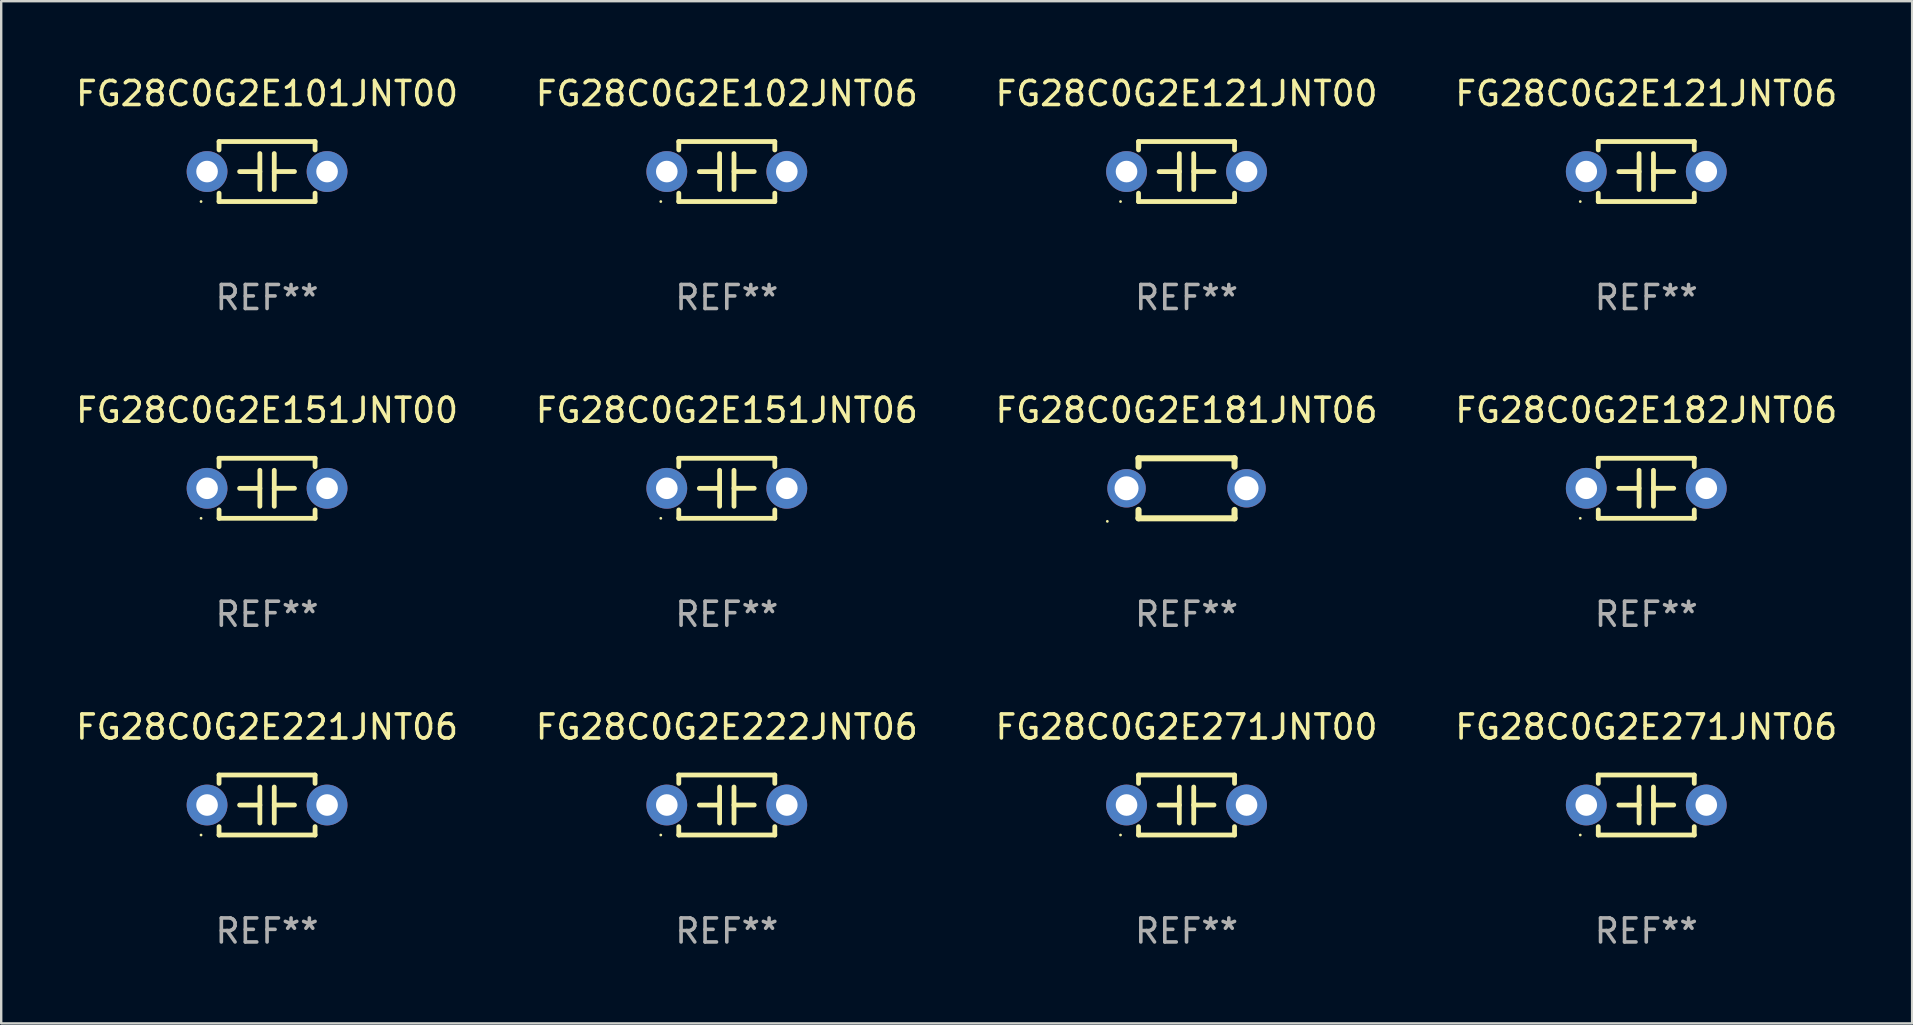
<source format=kicad_pcb>
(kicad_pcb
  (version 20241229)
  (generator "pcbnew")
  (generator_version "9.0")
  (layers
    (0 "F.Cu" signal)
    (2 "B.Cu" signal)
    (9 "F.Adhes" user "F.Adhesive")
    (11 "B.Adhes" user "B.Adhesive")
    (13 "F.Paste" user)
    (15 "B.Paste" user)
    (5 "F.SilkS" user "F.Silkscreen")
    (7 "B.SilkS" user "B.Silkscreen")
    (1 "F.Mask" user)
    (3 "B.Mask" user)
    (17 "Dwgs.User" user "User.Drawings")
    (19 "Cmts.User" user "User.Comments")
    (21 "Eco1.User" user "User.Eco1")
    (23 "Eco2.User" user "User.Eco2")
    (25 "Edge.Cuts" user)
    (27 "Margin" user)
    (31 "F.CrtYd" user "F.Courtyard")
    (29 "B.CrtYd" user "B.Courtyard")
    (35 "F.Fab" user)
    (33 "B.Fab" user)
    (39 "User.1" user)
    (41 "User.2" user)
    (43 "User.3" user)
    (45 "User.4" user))
  (footprint "FG28C0G2E182JNT06"
    (layer "F.Cu")
    (at 65.542 17.295)
    (property "Reference" "FG28C0G2E182JNT06" (at 0 -3.25 0) (layer "F.SilkS") (effects (font (size 1 1) (thickness 0.15))))
    (attr through_hole)
    (fp_line (start -2 -1.25) (end -2 -0.901) (stroke (width 0.2) (type solid)) (layer "F.SilkS"))
    (fp_line (start -2 -1.25) (end 2 -1.25) (stroke (width 0.2) (type solid)) (layer "F.SilkS"))
    (fp_line (start -2 0.901) (end -2 1.25) (stroke (width 0.2) (type solid)) (layer "F.SilkS"))
    (fp_line (start -0.3 -0.75) (end -0.3 0.75) (stroke (width 0.2) (type solid)) (layer "F.SilkS"))
    (fp_line (start -0.3 0.001) (end -1.143 0.001) (stroke (width 0.2) (type solid)) (layer "F.SilkS"))
    (fp_line (start 0.3 -0.001) (end 1.143 -0.001) (stroke (width 0.2) (type solid)) (layer "F.SilkS"))
    (fp_line (start 0.3 0.75) (end 0.3 -0.75) (stroke (width 0.2) (type solid)) (layer "F.SilkS"))
    (fp_line (start 2 -1.25) (end 2 -0.901) (stroke (width 0.2) (type solid)) (layer "F.SilkS"))
    (fp_line (start 2 0.901) (end 2 1.25) (stroke (width 0.2) (type solid)) (layer "F.SilkS"))
    (fp_line (start 2 1.25) (end -2 1.25) (stroke (width 0.2) (type solid)) (layer "F.SilkS"))
    (fp_circle (center -2.75 1.25) (end -2.72 1.25) (stroke (width 0.06) (type solid)) (fill no) (layer "F.SilkS"))
    (fp_text user "REF**" (at 0 5.25 0) (layer "F.Fab") (effects (font (size 1 1) (thickness 0.15))))
    (pad "1" thru_hole circle (at -2.5 0) (size 1.7 1.7) (drill 0.9) (layers "*.Cu" "*.Mask"))
    (pad "2" thru_hole circle (at 2.5 0) (size 1.7 1.7) (drill 0.9) (layers "*.Cu" "*.Mask")))
  (footprint "FG28C0G2E151JNT06"
    (layer "F.Cu")
    (at 27.232 17.295)
    (property "Reference" "FG28C0G2E151JNT06" (at 0 -3.25 0) (layer "F.SilkS") (effects (font (size 1 1) (thickness 0.15))))
    (attr through_hole)
    (fp_line (start -2 -1.25) (end -2 -0.901) (stroke (width 0.2) (type solid)) (layer "F.SilkS"))
    (fp_line (start -2 -1.25) (end 2 -1.25) (stroke (width 0.2) (type solid)) (layer "F.SilkS"))
    (fp_line (start -2 0.901) (end -2 1.25) (stroke (width 0.2) (type solid)) (layer "F.SilkS"))
    (fp_line (start -0.3 -0.75) (end -0.3 0.75) (stroke (width 0.2) (type solid)) (layer "F.SilkS"))
    (fp_line (start -0.3 0.001) (end -1.143 0.001) (stroke (width 0.2) (type solid)) (layer "F.SilkS"))
    (fp_line (start 0.3 -0.001) (end 1.143 -0.001) (stroke (width 0.2) (type solid)) (layer "F.SilkS"))
    (fp_line (start 0.3 0.75) (end 0.3 -0.75) (stroke (width 0.2) (type solid)) (layer "F.SilkS"))
    (fp_line (start 2 -1.25) (end 2 -0.901) (stroke (width 0.2) (type solid)) (layer "F.SilkS"))
    (fp_line (start 2 0.901) (end 2 1.25) (stroke (width 0.2) (type solid)) (layer "F.SilkS"))
    (fp_line (start 2 1.25) (end -2 1.25) (stroke (width 0.2) (type solid)) (layer "F.SilkS"))
    (fp_circle (center -2.75 1.25) (end -2.72 1.25) (stroke (width 0.06) (type solid)) (fill no) (layer "F.SilkS"))
    (fp_text user "REF**" (at 0 5.25 0) (layer "F.Fab") (effects (font (size 1 1) (thickness 0.15))))
    (pad "1" thru_hole circle (at -2.5 0) (size 1.7 1.7) (drill 0.9) (layers "*.Cu" "*.Mask"))
    (pad "2" thru_hole circle (at 2.5 0) (size 1.7 1.7) (drill 0.9) (layers "*.Cu" "*.Mask")))
  (footprint "FG28C0G2E121JNT06"
    (layer "F.Cu")
    (at 65.542 4.098)
    (property "Reference" "FG28C0G2E121JNT06" (at 0 -3.25 0) (layer "F.SilkS") (effects (font (size 1 1) (thickness 0.15))))
    (attr through_hole)
    (fp_line (start -2 -1.25) (end -2 -0.901) (stroke (width 0.2) (type solid)) (layer "F.SilkS"))
    (fp_line (start -2 -1.25) (end 2 -1.25) (stroke (width 0.2) (type solid)) (layer "F.SilkS"))
    (fp_line (start -2 0.901) (end -2 1.25) (stroke (width 0.2) (type solid)) (layer "F.SilkS"))
    (fp_line (start -0.3 -0.75) (end -0.3 0.75) (stroke (width 0.2) (type solid)) (layer "F.SilkS"))
    (fp_line (start -0.3 0.001) (end -1.143 0.001) (stroke (width 0.2) (type solid)) (layer "F.SilkS"))
    (fp_line (start 0.3 -0.001) (end 1.143 -0.001) (stroke (width 0.2) (type solid)) (layer "F.SilkS"))
    (fp_line (start 0.3 0.75) (end 0.3 -0.75) (stroke (width 0.2) (type solid)) (layer "F.SilkS"))
    (fp_line (start 2 -1.25) (end 2 -0.901) (stroke (width 0.2) (type solid)) (layer "F.SilkS"))
    (fp_line (start 2 0.901) (end 2 1.25) (stroke (width 0.2) (type solid)) (layer "F.SilkS"))
    (fp_line (start 2 1.25) (end -2 1.25) (stroke (width 0.2) (type solid)) (layer "F.SilkS"))
    (fp_circle (center -2.75 1.25) (end -2.72 1.25) (stroke (width 0.06) (type solid)) (fill no) (layer "F.SilkS"))
    (fp_text user "REF**" (at 0 5.25 0) (layer "F.Fab") (effects (font (size 1 1) (thickness 0.15))))
    (pad "1" thru_hole circle (at -2.5 0) (size 1.7 1.7) (drill 0.9) (layers "*.Cu" "*.Mask"))
    (pad "2" thru_hole circle (at 2.5 0) (size 1.7 1.7) (drill 0.9) (layers "*.Cu" "*.Mask")))
  (footprint "FG28C0G2E222JNT06"
    (layer "F.Cu")
    (at 27.232 30.491)
    (property "Reference" "FG28C0G2E222JNT06" (at 0 -3.25 0) (layer "F.SilkS") (effects (font (size 1 1) (thickness 0.15))))
    (attr through_hole)
    (fp_line (start -2 -1.25) (end -2 -0.901) (stroke (width 0.2) (type solid)) (layer "F.SilkS"))
    (fp_line (start -2 -1.25) (end 2 -1.25) (stroke (width 0.2) (type solid)) (layer "F.SilkS"))
    (fp_line (start -2 0.901) (end -2 1.25) (stroke (width 0.2) (type solid)) (layer "F.SilkS"))
    (fp_line (start -0.3 -0.75) (end -0.3 0.75) (stroke (width 0.2) (type solid)) (layer "F.SilkS"))
    (fp_line (start -0.3 0.001) (end -1.143 0.001) (stroke (width 0.2) (type solid)) (layer "F.SilkS"))
    (fp_line (start 0.3 -0.001) (end 1.143 -0.001) (stroke (width 0.2) (type solid)) (layer "F.SilkS"))
    (fp_line (start 0.3 0.75) (end 0.3 -0.75) (stroke (width 0.2) (type solid)) (layer "F.SilkS"))
    (fp_line (start 2 -1.25) (end 2 -0.901) (stroke (width 0.2) (type solid)) (layer "F.SilkS"))
    (fp_line (start 2 0.901) (end 2 1.25) (stroke (width 0.2) (type solid)) (layer "F.SilkS"))
    (fp_line (start 2 1.25) (end -2 1.25) (stroke (width 0.2) (type solid)) (layer "F.SilkS"))
    (fp_circle (center -2.75 1.25) (end -2.72 1.25) (stroke (width 0.06) (type solid)) (fill no) (layer "F.SilkS"))
    (fp_text user "REF**" (at 0 5.25 0) (layer "F.Fab") (effects (font (size 1 1) (thickness 0.15))))
    (pad "1" thru_hole circle (at -2.5 0) (size 1.7 1.7) (drill 0.9) (layers "*.Cu" "*.Mask"))
    (pad "2" thru_hole circle (at 2.5 0) (size 1.7 1.7) (drill 0.9) (layers "*.Cu" "*.Mask")))
  (footprint "FG28C0G2E271JNT06"
    (layer "F.Cu")
    (at 65.542 30.491)
    (property "Reference" "FG28C0G2E271JNT06" (at 0 -3.25 0) (layer "F.SilkS") (effects (font (size 1 1) (thickness 0.15))))
    (attr through_hole)
    (fp_line (start -2 -1.25) (end -2 -0.901) (stroke (width 0.2) (type solid)) (layer "F.SilkS"))
    (fp_line (start -2 -1.25) (end 2 -1.25) (stroke (width 0.2) (type solid)) (layer "F.SilkS"))
    (fp_line (start -2 0.901) (end -2 1.25) (stroke (width 0.2) (type solid)) (layer "F.SilkS"))
    (fp_line (start -0.3 -0.75) (end -0.3 0.75) (stroke (width 0.2) (type solid)) (layer "F.SilkS"))
    (fp_line (start -0.3 0.001) (end -1.143 0.001) (stroke (width 0.2) (type solid)) (layer "F.SilkS"))
    (fp_line (start 0.3 -0.001) (end 1.143 -0.001) (stroke (width 0.2) (type solid)) (layer "F.SilkS"))
    (fp_line (start 0.3 0.75) (end 0.3 -0.75) (stroke (width 0.2) (type solid)) (layer "F.SilkS"))
    (fp_line (start 2 -1.25) (end 2 -0.901) (stroke (width 0.2) (type solid)) (layer "F.SilkS"))
    (fp_line (start 2 0.901) (end 2 1.25) (stroke (width 0.2) (type solid)) (layer "F.SilkS"))
    (fp_line (start 2 1.25) (end -2 1.25) (stroke (width 0.2) (type solid)) (layer "F.SilkS"))
    (fp_circle (center -2.75 1.25) (end -2.72 1.25) (stroke (width 0.06) (type solid)) (fill no) (layer "F.SilkS"))
    (fp_text user "REF**" (at 0 5.25 0) (layer "F.Fab") (effects (font (size 1 1) (thickness 0.15))))
    (pad "1" thru_hole circle (at -2.5 0) (size 1.7 1.7) (drill 0.9) (layers "*.Cu" "*.Mask"))
    (pad "2" thru_hole circle (at 2.5 0) (size 1.7 1.7) (drill 0.9) (layers "*.Cu" "*.Mask")))
  (footprint "FG28C0G2E151JNT00"
    (layer "F.Cu")
    (at 8.077 17.295)
    (property "Reference" "FG28C0G2E151JNT00" (at 0 -3.25 0) (layer "F.SilkS") (effects (font (size 1 1) (thickness 0.15))))
    (attr through_hole)
    (fp_line (start -2 -1.25) (end -2 -0.901) (stroke (width 0.2) (type solid)) (layer "F.SilkS"))
    (fp_line (start -2 -1.25) (end 2 -1.25) (stroke (width 0.2) (type solid)) (layer "F.SilkS"))
    (fp_line (start -2 0.901) (end -2 1.25) (stroke (width 0.2) (type solid)) (layer "F.SilkS"))
    (fp_line (start -0.3 -0.75) (end -0.3 0.75) (stroke (width 0.2) (type solid)) (layer "F.SilkS"))
    (fp_line (start -0.3 0.001) (end -1.143 0.001) (stroke (width 0.2) (type solid)) (layer "F.SilkS"))
    (fp_line (start 0.3 -0.001) (end 1.143 -0.001) (stroke (width 0.2) (type solid)) (layer "F.SilkS"))
    (fp_line (start 0.3 0.75) (end 0.3 -0.75) (stroke (width 0.2) (type solid)) (layer "F.SilkS"))
    (fp_line (start 2 -1.25) (end 2 -0.901) (stroke (width 0.2) (type solid)) (layer "F.SilkS"))
    (fp_line (start 2 0.901) (end 2 1.25) (stroke (width 0.2) (type solid)) (layer "F.SilkS"))
    (fp_line (start 2 1.25) (end -2 1.25) (stroke (width 0.2) (type solid)) (layer "F.SilkS"))
    (fp_circle (center -2.75 1.25) (end -2.72 1.25) (stroke (width 0.06) (type solid)) (fill no) (layer "F.SilkS"))
    (fp_text user "REF**" (at 0 5.25 0) (layer "F.Fab") (effects (font (size 1 1) (thickness 0.15))))
    (pad "1" thru_hole circle (at -2.5 0) (size 1.7 1.7) (drill 0.9) (layers "*.Cu" "*.Mask"))
    (pad "2" thru_hole circle (at 2.5 0) (size 1.7 1.7) (drill 0.9) (layers "*.Cu" "*.Mask")))
  (footprint "FG28C0G2E181JNT06"
    (layer "F.Cu")
    (at 46.387 17.295)
    (property "Reference" "FG28C0G2E181JNT06" (at 0 -3.25 0) (layer "F.SilkS") (effects (font (size 1 1) (thickness 0.15))))
    (attr through_hole)
    (fp_line (start -2 -1.25) (end -2 -0.901) (stroke (width 0.254) (type solid)) (layer "F.SilkS"))
    (fp_line (start -2 -1.25) (end 2 -1.25) (stroke (width 0.254) (type solid)) (layer "F.SilkS"))
    (fp_line (start -2 0.901) (end -2 1.25) (stroke (width 0.254) (type solid)) (layer "F.SilkS"))
    (fp_line (start 2 -1.25) (end 2 -0.901) (stroke (width 0.254) (type solid)) (layer "F.SilkS"))
    (fp_line (start 2 0.901) (end 2 1.25) (stroke (width 0.254) (type solid)) (layer "F.SilkS"))
    (fp_line (start 2 1.25) (end -2 1.25) (stroke (width 0.254) (type solid)) (layer "F.SilkS"))
    (fp_circle (center -3.3 1.377) (end -3.27 1.377) (stroke (width 0.06) (type solid)) (fill no) (layer "F.SilkS"))
    (fp_text user "REF**" (at 0 5.25 0) (layer "F.Fab") (effects (font (size 1 1) (thickness 0.15))))
    (pad "1" thru_hole circle (at -2.5 0) (size 1.6 1.6) (drill 1) (layers "*.Cu" "*.Mask"))
    (pad "2" thru_hole circle (at 2.5 0) (size 1.6 1.6) (drill 1) (layers "*.Cu" "*.Mask")))
  (footprint "FG28C0G2E221JNT06"
    (layer "F.Cu")
    (at 8.077 30.491)
    (property "Reference" "FG28C0G2E221JNT06" (at 0 -3.25 0) (layer "F.SilkS") (effects (font (size 1 1) (thickness 0.15))))
    (attr through_hole)
    (fp_line (start -2 -1.25) (end -2 -0.901) (stroke (width 0.2) (type solid)) (layer "F.SilkS"))
    (fp_line (start -2 -1.25) (end 2 -1.25) (stroke (width 0.2) (type solid)) (layer "F.SilkS"))
    (fp_line (start -2 0.901) (end -2 1.25) (stroke (width 0.2) (type solid)) (layer "F.SilkS"))
    (fp_line (start -0.3 -0.75) (end -0.3 0.75) (stroke (width 0.2) (type solid)) (layer "F.SilkS"))
    (fp_line (start -0.3 0.001) (end -1.143 0.001) (stroke (width 0.2) (type solid)) (layer "F.SilkS"))
    (fp_line (start 0.3 -0.001) (end 1.143 -0.001) (stroke (width 0.2) (type solid)) (layer "F.SilkS"))
    (fp_line (start 0.3 0.75) (end 0.3 -0.75) (stroke (width 0.2) (type solid)) (layer "F.SilkS"))
    (fp_line (start 2 -1.25) (end 2 -0.901) (stroke (width 0.2) (type solid)) (layer "F.SilkS"))
    (fp_line (start 2 0.901) (end 2 1.25) (stroke (width 0.2) (type solid)) (layer "F.SilkS"))
    (fp_line (start 2 1.25) (end -2 1.25) (stroke (width 0.2) (type solid)) (layer "F.SilkS"))
    (fp_circle (center -2.75 1.25) (end -2.72 1.25) (stroke (width 0.06) (type solid)) (fill no) (layer "F.SilkS"))
    (fp_text user "REF**" (at 0 5.25 0) (layer "F.Fab") (effects (font (size 1 1) (thickness 0.15))))
    (pad "1" thru_hole circle (at -2.5 0) (size 1.7 1.7) (drill 0.9) (layers "*.Cu" "*.Mask"))
    (pad "2" thru_hole circle (at 2.5 0) (size 1.7 1.7) (drill 0.9) (layers "*.Cu" "*.Mask")))
  (footprint "FG28C0G2E121JNT00"
    (layer "F.Cu")
    (at 46.387 4.098)
    (property "Reference" "FG28C0G2E121JNT00" (at 0 -3.25 0) (layer "F.SilkS") (effects (font (size 1 1) (thickness 0.15))))
    (attr through_hole)
    (fp_line (start -2 -1.25) (end -2 -0.901) (stroke (width 0.2) (type solid)) (layer "F.SilkS"))
    (fp_line (start -2 -1.25) (end 2 -1.25) (stroke (width 0.2) (type solid)) (layer "F.SilkS"))
    (fp_line (start -2 0.901) (end -2 1.25) (stroke (width 0.2) (type solid)) (layer "F.SilkS"))
    (fp_line (start -0.3 -0.75) (end -0.3 0.75) (stroke (width 0.2) (type solid)) (layer "F.SilkS"))
    (fp_line (start -0.3 0.001) (end -1.143 0.001) (stroke (width 0.2) (type solid)) (layer "F.SilkS"))
    (fp_line (start 0.3 -0.001) (end 1.143 -0.001) (stroke (width 0.2) (type solid)) (layer "F.SilkS"))
    (fp_line (start 0.3 0.75) (end 0.3 -0.75) (stroke (width 0.2) (type solid)) (layer "F.SilkS"))
    (fp_line (start 2 -1.25) (end 2 -0.901) (stroke (width 0.2) (type solid)) (layer "F.SilkS"))
    (fp_line (start 2 0.901) (end 2 1.25) (stroke (width 0.2) (type solid)) (layer "F.SilkS"))
    (fp_line (start 2 1.25) (end -2 1.25) (stroke (width 0.2) (type solid)) (layer "F.SilkS"))
    (fp_circle (center -2.75 1.25) (end -2.72 1.25) (stroke (width 0.06) (type solid)) (fill no) (layer "F.SilkS"))
    (fp_text user "REF**" (at 0 5.25 0) (layer "F.Fab") (effects (font (size 1 1) (thickness 0.15))))
    (pad "1" thru_hole circle (at -2.5 0) (size 1.7 1.7) (drill 0.9) (layers "*.Cu" "*.Mask"))
    (pad "2" thru_hole circle (at 2.5 0) (size 1.7 1.7) (drill 0.9) (layers "*.Cu" "*.Mask")))
  (footprint "FG28C0G2E102JNT06"
    (layer "F.Cu")
    (at 27.232 4.098)
    (property "Reference" "FG28C0G2E102JNT06" (at 0 -3.25 0) (layer "F.SilkS") (effects (font (size 1 1) (thickness 0.15))))
    (attr through_hole)
    (fp_line (start -2 -1.25) (end -2 -0.901) (stroke (width 0.2) (type solid)) (layer "F.SilkS"))
    (fp_line (start -2 -1.25) (end 2 -1.25) (stroke (width 0.2) (type solid)) (layer "F.SilkS"))
    (fp_line (start -2 0.901) (end -2 1.25) (stroke (width 0.2) (type solid)) (layer "F.SilkS"))
    (fp_line (start -0.3 -0.75) (end -0.3 0.75) (stroke (width 0.2) (type solid)) (layer "F.SilkS"))
    (fp_line (start -0.3 0.001) (end -1.143 0.001) (stroke (width 0.2) (type solid)) (layer "F.SilkS"))
    (fp_line (start 0.3 -0.001) (end 1.143 -0.001) (stroke (width 0.2) (type solid)) (layer "F.SilkS"))
    (fp_line (start 0.3 0.75) (end 0.3 -0.75) (stroke (width 0.2) (type solid)) (layer "F.SilkS"))
    (fp_line (start 2 -1.25) (end 2 -0.901) (stroke (width 0.2) (type solid)) (layer "F.SilkS"))
    (fp_line (start 2 0.901) (end 2 1.25) (stroke (width 0.2) (type solid)) (layer "F.SilkS"))
    (fp_line (start 2 1.25) (end -2 1.25) (stroke (width 0.2) (type solid)) (layer "F.SilkS"))
    (fp_circle (center -2.75 1.25) (end -2.72 1.25) (stroke (width 0.06) (type solid)) (fill no) (layer "F.SilkS"))
    (fp_text user "REF**" (at 0 5.25 0) (layer "F.Fab") (effects (font (size 1 1) (thickness 0.15))))
    (pad "1" thru_hole circle (at -2.5 0) (size 1.7 1.7) (drill 0.9) (layers "*.Cu" "*.Mask"))
    (pad "2" thru_hole circle (at 2.5 0) (size 1.7 1.7) (drill 0.9) (layers "*.Cu" "*.Mask")))
  (footprint "FG28C0G2E101JNT00"
    (layer "F.Cu")
    (at 8.077 4.098)
    (property "Reference" "FG28C0G2E101JNT00" (at 0 -3.25 0) (layer "F.SilkS") (effects (font (size 1 1) (thickness 0.15))))
    (attr through_hole)
    (fp_line (start -2 -1.25) (end -2 -0.901) (stroke (width 0.2) (type solid)) (layer "F.SilkS"))
    (fp_line (start -2 -1.25) (end 2 -1.25) (stroke (width 0.2) (type solid)) (layer "F.SilkS"))
    (fp_line (start -2 0.901) (end -2 1.25) (stroke (width 0.2) (type solid)) (layer "F.SilkS"))
    (fp_line (start -0.3 -0.75) (end -0.3 0.75) (stroke (width 0.2) (type solid)) (layer "F.SilkS"))
    (fp_line (start -0.3 0.001) (end -1.143 0.001) (stroke (width 0.2) (type solid)) (layer "F.SilkS"))
    (fp_line (start 0.3 -0.001) (end 1.143 -0.001) (stroke (width 0.2) (type solid)) (layer "F.SilkS"))
    (fp_line (start 0.3 0.75) (end 0.3 -0.75) (stroke (width 0.2) (type solid)) (layer "F.SilkS"))
    (fp_line (start 2 -1.25) (end 2 -0.901) (stroke (width 0.2) (type solid)) (layer "F.SilkS"))
    (fp_line (start 2 0.901) (end 2 1.25) (stroke (width 0.2) (type solid)) (layer "F.SilkS"))
    (fp_line (start 2 1.25) (end -2 1.25) (stroke (width 0.2) (type solid)) (layer "F.SilkS"))
    (fp_circle (center -2.75 1.25) (end -2.72 1.25) (stroke (width 0.06) (type solid)) (fill no) (layer "F.SilkS"))
    (fp_text user "REF**" (at 0 5.25 0) (layer "F.Fab") (effects (font (size 1 1) (thickness 0.15))))
    (pad "1" thru_hole circle (at -2.5 0) (size 1.7 1.7) (drill 0.9) (layers "*.Cu" "*.Mask"))
    (pad "2" thru_hole circle (at 2.5 0) (size 1.7 1.7) (drill 0.9) (layers "*.Cu" "*.Mask")))
  (footprint "FG28C0G2E271JNT00"
    (layer "F.Cu")
    (at 46.387 30.491)
    (property "Reference" "FG28C0G2E271JNT00" (at 0 -3.25 0) (layer "F.SilkS") (effects (font (size 1 1) (thickness 0.15))))
    (attr through_hole)
    (fp_line (start -2 -1.25) (end -2 -0.901) (stroke (width 0.2) (type solid)) (layer "F.SilkS"))
    (fp_line (start -2 -1.25) (end 2 -1.25) (stroke (width 0.2) (type solid)) (layer "F.SilkS"))
    (fp_line (start -2 0.901) (end -2 1.25) (stroke (width 0.2) (type solid)) (layer "F.SilkS"))
    (fp_line (start -0.3 -0.75) (end -0.3 0.75) (stroke (width 0.2) (type solid)) (layer "F.SilkS"))
    (fp_line (start -0.3 0.001) (end -1.143 0.001) (stroke (width 0.2) (type solid)) (layer "F.SilkS"))
    (fp_line (start 0.3 -0.001) (end 1.143 -0.001) (stroke (width 0.2) (type solid)) (layer "F.SilkS"))
    (fp_line (start 0.3 0.75) (end 0.3 -0.75) (stroke (width 0.2) (type solid)) (layer "F.SilkS"))
    (fp_line (start 2 -1.25) (end 2 -0.901) (stroke (width 0.2) (type solid)) (layer "F.SilkS"))
    (fp_line (start 2 0.901) (end 2 1.25) (stroke (width 0.2) (type solid)) (layer "F.SilkS"))
    (fp_line (start 2 1.25) (end -2 1.25) (stroke (width 0.2) (type solid)) (layer "F.SilkS"))
    (fp_circle (center -2.75 1.25) (end -2.72 1.25) (stroke (width 0.06) (type solid)) (fill no) (layer "F.SilkS"))
    (fp_text user "REF**" (at 0 5.25 0) (layer "F.Fab") (effects (font (size 1 1) (thickness 0.15))))
    (pad "1" thru_hole circle (at -2.5 0) (size 1.7 1.7) (drill 0.9) (layers "*.Cu" "*.Mask"))
    (pad "2" thru_hole circle (at 2.5 0) (size 1.7 1.7) (drill 0.9) (layers "*.Cu" "*.Mask")))
  (gr_rect
    (start -3 -3)
    (end 76.619 39.59)
    (stroke (width 0.1) (type default))
    (fill no)
    (layer "Edge.Cuts")))
</source>
